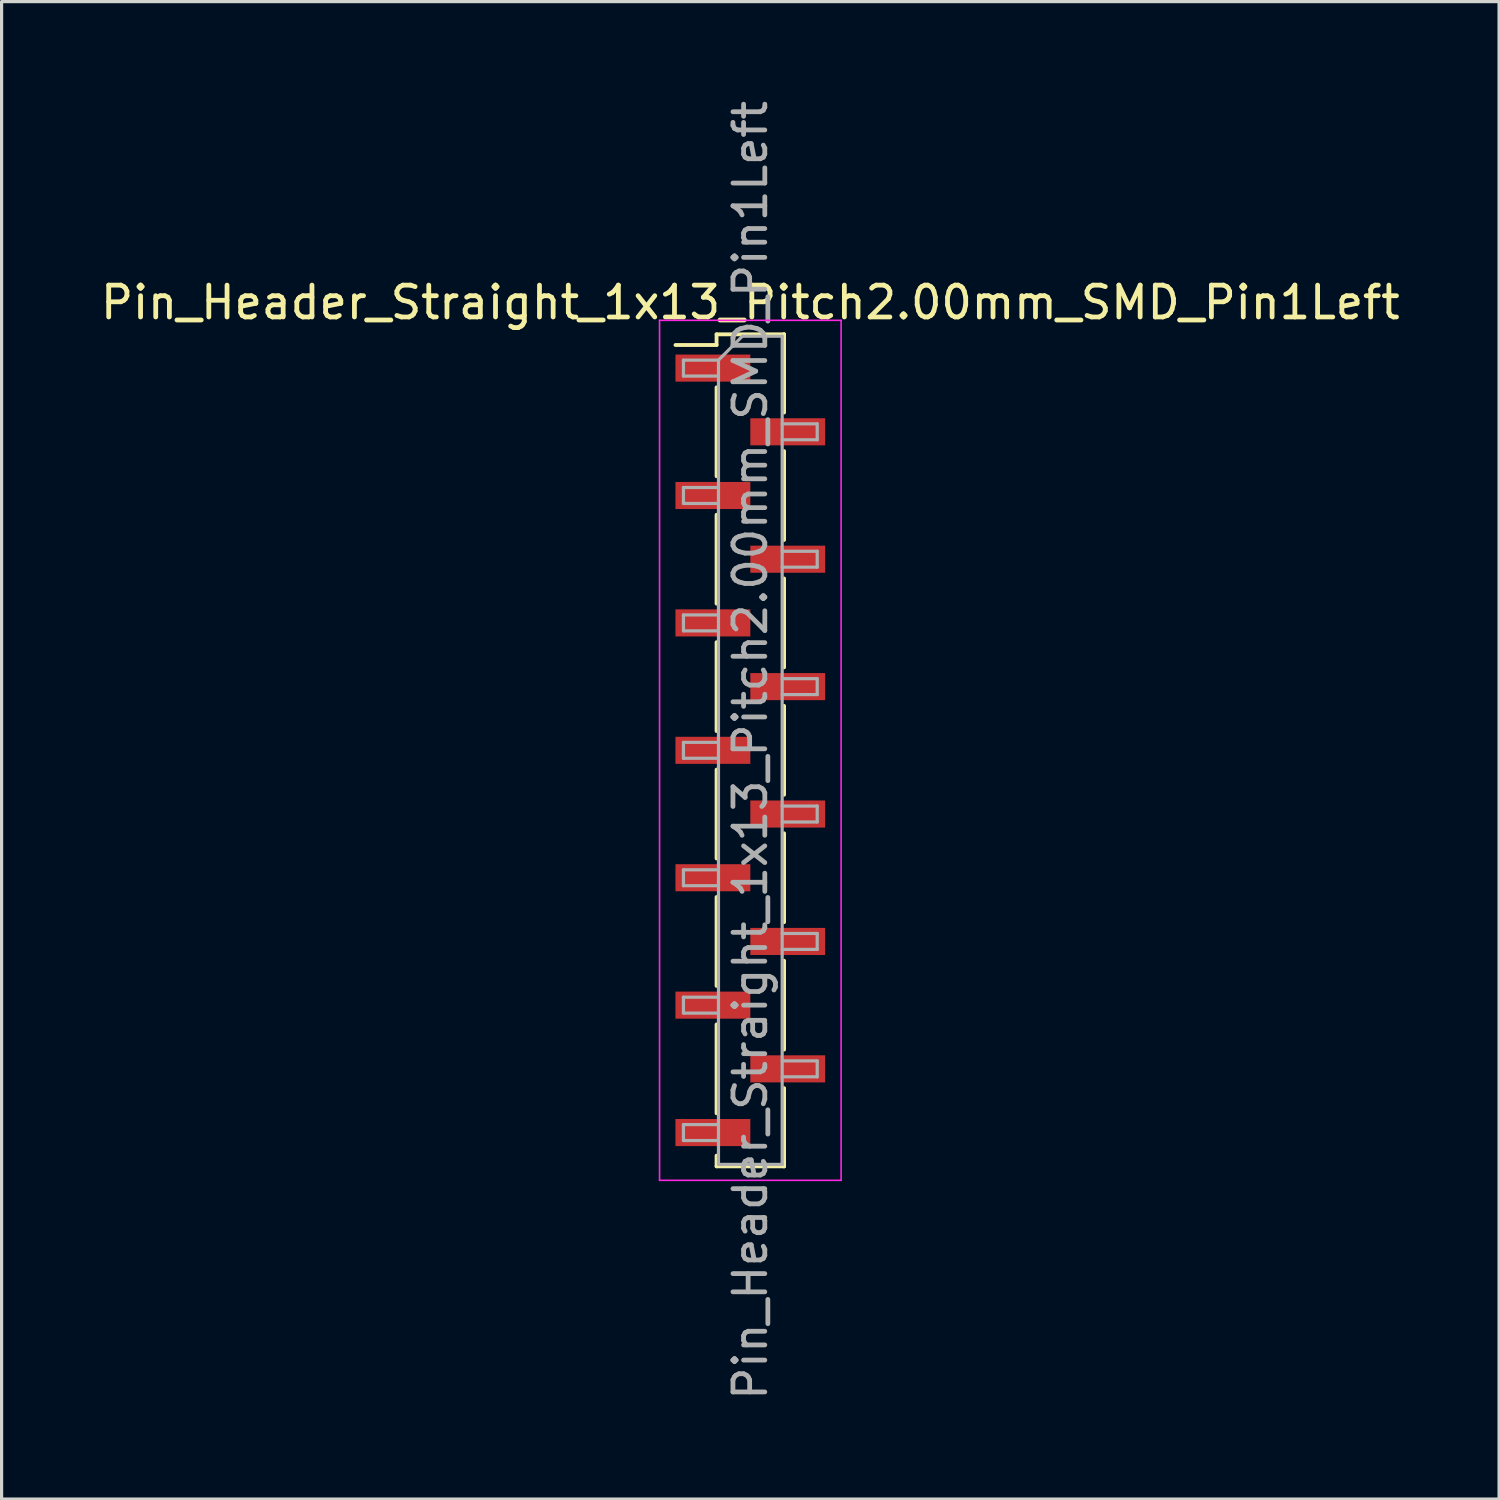
<source format=kicad_pcb>
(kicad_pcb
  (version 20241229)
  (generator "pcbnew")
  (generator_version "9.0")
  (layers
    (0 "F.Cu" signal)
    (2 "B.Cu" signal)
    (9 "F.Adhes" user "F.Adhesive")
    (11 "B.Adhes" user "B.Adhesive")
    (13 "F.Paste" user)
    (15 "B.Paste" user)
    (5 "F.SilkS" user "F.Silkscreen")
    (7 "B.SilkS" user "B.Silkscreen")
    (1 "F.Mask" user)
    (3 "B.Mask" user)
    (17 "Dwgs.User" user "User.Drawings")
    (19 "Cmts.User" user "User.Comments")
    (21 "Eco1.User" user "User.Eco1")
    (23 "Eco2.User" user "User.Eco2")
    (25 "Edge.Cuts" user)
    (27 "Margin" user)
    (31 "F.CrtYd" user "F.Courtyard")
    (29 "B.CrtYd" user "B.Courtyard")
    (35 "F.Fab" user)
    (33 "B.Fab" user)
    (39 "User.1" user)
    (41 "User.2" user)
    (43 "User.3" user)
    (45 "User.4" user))
  (footprint "Pin_Header_Straight_1x13_Pitch2.00mm_SMD_Pin1Left"
    (layer "F.Cu")
    (at 20.506 20.506)
    (property "Reference" "Pin_Header_Straight_1x13_Pitch2.00mm_SMD_Pin1Left" (at 0 -14.06 0) (layer "F.SilkS") (effects (font (size 1 1) (thickness 0.15))))
    (attr smd)
    (fp_line (start -1.06 -13.06) (end 1.06 -13.06) (stroke (width 0.12) (type solid)) (layer "F.SilkS"))
    (fp_line (start -1.06 -12.725) (end -2.35 -12.725) (stroke (width 0.12) (type solid)) (layer "F.SilkS"))
    (fp_line (start -1.06 -12.725) (end -1.06 -13.06) (stroke (width 0.12) (type solid)) (layer "F.SilkS"))
    (fp_line (start -1.06 -11.395) (end -1.06 -8.605) (stroke (width 0.12) (type solid)) (layer "F.SilkS"))
    (fp_line (start -1.06 -7.395) (end -1.06 -4.605) (stroke (width 0.12) (type solid)) (layer "F.SilkS"))
    (fp_line (start -1.06 -3.395) (end -1.06 -0.605) (stroke (width 0.12) (type solid)) (layer "F.SilkS"))
    (fp_line (start -1.06 0.605) (end -1.06 3.395) (stroke (width 0.12) (type solid)) (layer "F.SilkS"))
    (fp_line (start -1.06 4.605) (end -1.06 7.395) (stroke (width 0.12) (type solid)) (layer "F.SilkS"))
    (fp_line (start -1.06 8.605) (end -1.06 11.395) (stroke (width 0.12) (type solid)) (layer "F.SilkS"))
    (fp_line (start -1.06 12.725) (end -1.06 13.06) (stroke (width 0.12) (type solid)) (layer "F.SilkS"))
    (fp_line (start -1.06 13.06) (end 1.06 13.06) (stroke (width 0.12) (type solid)) (layer "F.SilkS"))
    (fp_line (start 1.06 -13.06) (end 1.06 -12.725) (stroke (width 0.12) (type solid)) (layer "F.SilkS"))
    (fp_line (start 1.06 -13.06) (end 1.06 -10.605) (stroke (width 0.12) (type solid)) (layer "F.SilkS"))
    (fp_line (start 1.06 -9.395) (end 1.06 -6.605) (stroke (width 0.12) (type solid)) (layer "F.SilkS"))
    (fp_line (start 1.06 -5.395) (end 1.06 -2.605) (stroke (width 0.12) (type solid)) (layer "F.SilkS"))
    (fp_line (start 1.06 -1.395) (end 1.06 1.395) (stroke (width 0.12) (type solid)) (layer "F.SilkS"))
    (fp_line (start 1.06 2.605) (end 1.06 5.395) (stroke (width 0.12) (type solid)) (layer "F.SilkS"))
    (fp_line (start 1.06 6.605) (end 1.06 9.395) (stroke (width 0.12) (type solid)) (layer "F.SilkS"))
    (fp_line (start 1.06 10.605) (end 1.06 13.06) (stroke (width 0.12) (type solid)) (layer "F.SilkS"))
    (fp_line (start 1.06 13.06) (end 1.06 12.725) (stroke (width 0.12) (type solid)) (layer "F.SilkS"))
    (fp_line (start -2.85 -13.5) (end -2.85 13.5) (stroke (width 0.05) (type solid)) (layer "F.CrtYd"))
    (fp_line (start -2.85 13.5) (end 2.85 13.5) (stroke (width 0.05) (type solid)) (layer "F.CrtYd"))
    (fp_line (start 2.85 -13.5) (end -2.85 -13.5) (stroke (width 0.05) (type solid)) (layer "F.CrtYd"))
    (fp_line (start 2.85 13.5) (end 2.85 -13.5) (stroke (width 0.05) (type solid)) (layer "F.CrtYd"))
    (fp_line (start -2.1 -12.25) (end -2.1 -11.75) (stroke (width 0.1) (type solid)) (layer "F.Fab"))
    (fp_line (start -2.1 -11.75) (end -1 -11.75) (stroke (width 0.1) (type solid)) (layer "F.Fab"))
    (fp_line (start -2.1 -8.25) (end -2.1 -7.75) (stroke (width 0.1) (type solid)) (layer "F.Fab"))
    (fp_line (start -2.1 -7.75) (end -1 -7.75) (stroke (width 0.1) (type solid)) (layer "F.Fab"))
    (fp_line (start -2.1 -4.25) (end -2.1 -3.75) (stroke (width 0.1) (type solid)) (layer "F.Fab"))
    (fp_line (start -2.1 -3.75) (end -1 -3.75) (stroke (width 0.1) (type solid)) (layer "F.Fab"))
    (fp_line (start -2.1 -0.25) (end -2.1 0.25) (stroke (width 0.1) (type solid)) (layer "F.Fab"))
    (fp_line (start -2.1 0.25) (end -1 0.25) (stroke (width 0.1) (type solid)) (layer "F.Fab"))
    (fp_line (start -2.1 3.75) (end -2.1 4.25) (stroke (width 0.1) (type solid)) (layer "F.Fab"))
    (fp_line (start -2.1 4.25) (end -1 4.25) (stroke (width 0.1) (type solid)) (layer "F.Fab"))
    (fp_line (start -2.1 7.75) (end -2.1 8.25) (stroke (width 0.1) (type solid)) (layer "F.Fab"))
    (fp_line (start -2.1 8.25) (end -1 8.25) (stroke (width 0.1) (type solid)) (layer "F.Fab"))
    (fp_line (start -2.1 11.75) (end -2.1 12.25) (stroke (width 0.1) (type solid)) (layer "F.Fab"))
    (fp_line (start -2.1 12.25) (end -1 12.25) (stroke (width 0.1) (type solid)) (layer "F.Fab"))
    (fp_line (start -1 -12.25) (end -2.1 -12.25) (stroke (width 0.1) (type solid)) (layer "F.Fab"))
    (fp_line (start -1 -12.25) (end -0.25 -13) (stroke (width 0.1) (type solid)) (layer "F.Fab"))
    (fp_line (start -1 -8.25) (end -2.1 -8.25) (stroke (width 0.1) (type solid)) (layer "F.Fab"))
    (fp_line (start -1 -4.25) (end -2.1 -4.25) (stroke (width 0.1) (type solid)) (layer "F.Fab"))
    (fp_line (start -1 -0.25) (end -2.1 -0.25) (stroke (width 0.1) (type solid)) (layer "F.Fab"))
    (fp_line (start -1 3.75) (end -2.1 3.75) (stroke (width 0.1) (type solid)) (layer "F.Fab"))
    (fp_line (start -1 7.75) (end -2.1 7.75) (stroke (width 0.1) (type solid)) (layer "F.Fab"))
    (fp_line (start -1 11.75) (end -2.1 11.75) (stroke (width 0.1) (type solid)) (layer "F.Fab"))
    (fp_line (start -1 13) (end -1 -12.25) (stroke (width 0.1) (type solid)) (layer "F.Fab"))
    (fp_line (start -0.25 -13) (end 1 -13) (stroke (width 0.1) (type solid)) (layer "F.Fab"))
    (fp_line (start 1 -13) (end 1 13) (stroke (width 0.1) (type solid)) (layer "F.Fab"))
    (fp_line (start 1 -10.25) (end 2.1 -10.25) (stroke (width 0.1) (type solid)) (layer "F.Fab"))
    (fp_line (start 1 -6.25) (end 2.1 -6.25) (stroke (width 0.1) (type solid)) (layer "F.Fab"))
    (fp_line (start 1 -2.25) (end 2.1 -2.25) (stroke (width 0.1) (type solid)) (layer "F.Fab"))
    (fp_line (start 1 1.75) (end 2.1 1.75) (stroke (width 0.1) (type solid)) (layer "F.Fab"))
    (fp_line (start 1 5.75) (end 2.1 5.75) (stroke (width 0.1) (type solid)) (layer "F.Fab"))
    (fp_line (start 1 9.75) (end 2.1 9.75) (stroke (width 0.1) (type solid)) (layer "F.Fab"))
    (fp_line (start 1 13) (end -1 13) (stroke (width 0.1) (type solid)) (layer "F.Fab"))
    (fp_line (start 2.1 -10.25) (end 2.1 -9.75) (stroke (width 0.1) (type solid)) (layer "F.Fab"))
    (fp_line (start 2.1 -9.75) (end 1 -9.75) (stroke (width 0.1) (type solid)) (layer "F.Fab"))
    (fp_line (start 2.1 -6.25) (end 2.1 -5.75) (stroke (width 0.1) (type solid)) (layer "F.Fab"))
    (fp_line (start 2.1 -5.75) (end 1 -5.75) (stroke (width 0.1) (type solid)) (layer "F.Fab"))
    (fp_line (start 2.1 -2.25) (end 2.1 -1.75) (stroke (width 0.1) (type solid)) (layer "F.Fab"))
    (fp_line (start 2.1 -1.75) (end 1 -1.75) (stroke (width 0.1) (type solid)) (layer "F.Fab"))
    (fp_line (start 2.1 1.75) (end 2.1 2.25) (stroke (width 0.1) (type solid)) (layer "F.Fab"))
    (fp_line (start 2.1 2.25) (end 1 2.25) (stroke (width 0.1) (type solid)) (layer "F.Fab"))
    (fp_line (start 2.1 5.75) (end 2.1 6.25) (stroke (width 0.1) (type solid)) (layer "F.Fab"))
    (fp_line (start 2.1 6.25) (end 1 6.25) (stroke (width 0.1) (type solid)) (layer "F.Fab"))
    (fp_line (start 2.1 9.75) (end 2.1 10.25) (stroke (width 0.1) (type solid)) (layer "F.Fab"))
    (fp_line (start 2.1 10.25) (end 1 10.25) (stroke (width 0.1) (type solid)) (layer "F.Fab"))
    (fp_text user "${REFERENCE}" (at 0 0 90) (layer "F.Fab") (effects (font (size 1 1) (thickness 0.15))))
    (pad "1" smd rect (at -1.175 -12) (size 2.35 0.85) (layers "F.Cu" "F.Mask" "F.Paste"))
    (pad "2" smd rect (at 1.175 -10) (size 2.35 0.85) (layers "F.Cu" "F.Mask" "F.Paste"))
    (pad "3" smd rect (at -1.175 -8) (size 2.35 0.85) (layers "F.Cu" "F.Mask" "F.Paste"))
    (pad "4" smd rect (at 1.175 -6) (size 2.35 0.85) (layers "F.Cu" "F.Mask" "F.Paste"))
    (pad "5" smd rect (at -1.175 -4) (size 2.35 0.85) (layers "F.Cu" "F.Mask" "F.Paste"))
    (pad "6" smd rect (at 1.175 -2) (size 2.35 0.85) (layers "F.Cu" "F.Mask" "F.Paste"))
    (pad "7" smd rect (at -1.175 0) (size 2.35 0.85) (layers "F.Cu" "F.Mask" "F.Paste"))
    (pad "8" smd rect (at 1.175 2) (size 2.35 0.85) (layers "F.Cu" "F.Mask" "F.Paste"))
    (pad "9" smd rect (at -1.175 4) (size 2.35 0.85) (layers "F.Cu" "F.Mask" "F.Paste"))
    (pad "10" smd rect (at 1.175 6) (size 2.35 0.85) (layers "F.Cu" "F.Mask" "F.Paste"))
    (pad "11" smd rect (at -1.175 8) (size 2.35 0.85) (layers "F.Cu" "F.Mask" "F.Paste"))
    (pad "12" smd rect (at 1.175 10) (size 2.35 0.85) (layers "F.Cu" "F.Mask" "F.Paste"))
    (pad "13" smd rect (at -1.175 12) (size 2.35 0.85) (layers "F.Cu" "F.Mask" "F.Paste")))
  (gr_rect
    (start -3 -3)
    (end 44.012 44.012)
    (stroke (width 0.1) (type default))
    (fill no)
    (layer "Edge.Cuts")))
</source>
